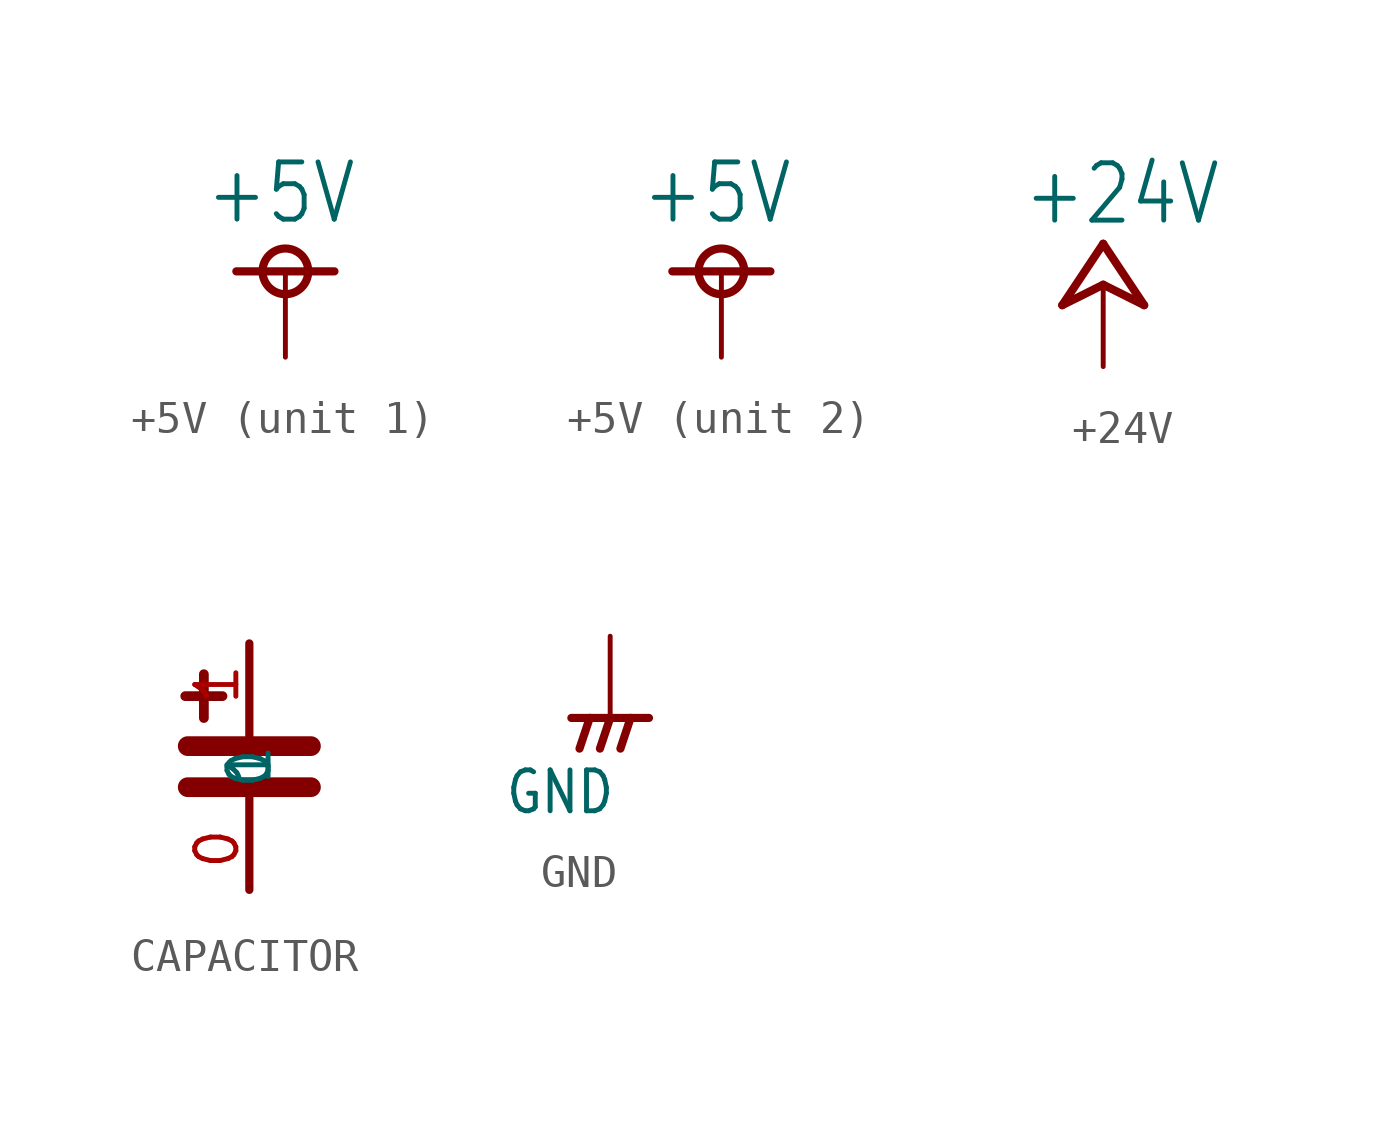
<source format=kicad_sym>
(kicad_symbol_lib
  (version 20211014)
  (generator kicad_symbol_editor)
  (symbol "+5V"
    (property "Reference" ""
      (at 0 0 0)
      (effects (font (size 1.27 1.27)) hide))
    (property "Value" "+5V"
      (at -2.54 1.524 0)
      (effects (font (size 1.778 1.511)) (justify left bottom)))
    (property "ki_locked" ""
      (at 0 0 0)
      (effects (font (size 1.27 1.27))))
    (symbol "+5V_1_0"
      (polyline (pts (xy -1.524 0.127) (xy 1.524 0.127)) (stroke (width 0.254) (type default) (color 0 0 0 0)) (fill (type none)))
      (circle (center 0 0.127) (radius 0.71) (stroke (width 0.254) (type default) (color 0 0 0 0)) (fill (type none)))
      (pin power_in line (at 0 -2.54 90) (length 2.54) (name "+5V" (effects (font (size 0 0)))) (number "1" (effects (font (size 0 0))))))
    (symbol "+5V_2_0"
      (polyline (pts (xy -1.524 0.127) (xy 1.524 0.127)) (stroke (width 0.254) (type default) (color 0 0 0 0)) (fill (type none)))
      (circle (center 0 0.127) (radius 0.71) (stroke (width 0.254) (type default) (color 0 0 0 0)) (fill (type none)))
      (pin power_in line (at 0 -2.54 90) (length 2.54) (name "+5V" (effects (font (size 0 0)))) (number "1" (effects (font (size 0 0)))))))
  (symbol "+24V"
    (power)
    (property "Reference" ""
      (at 0 0 0)
      (effects (font (size 1.27 1.27)) hide))
    (property "Value" "+24V"
      (at -2.54 1.778 0)
      (effects (font (size 1.778 1.511)) (justify left bottom)))
    (property "ki_locked" ""
      (at 0 0 0)
      (effects (font (size 1.27 1.27))))
    (symbol "+24V_1_0"
      (polyline (pts (xy 0 0) (xy -1.27 -0.635)) (stroke (width 0.254) (type default) (color 0 0 0 0)) (fill (type none)))
      (polyline (pts (xy 0 1.27) (xy -1.27 -0.635)) (stroke (width 0.254) (type default) (color 0 0 0 0)) (fill (type none)))
      (polyline (pts (xy 1.27 -0.635) (xy 0 0)) (stroke (width 0.254) (type default) (color 0 0 0 0)) (fill (type none)))
      (polyline (pts (xy 1.27 -0.635) (xy 0 1.27)) (stroke (width 0.254) (type default) (color 0 0 0 0)) (fill (type none)))
      (pin power_in line (at 0 -2.54 90) (length 2.54) (name "+24V" (effects (font (size 0 0)))) (number "1" (effects (font (size 0 0)))))))
  (symbol "CAPACITOR"
    (property "Reference" "CAPACITOR3300"
      (at 0 0 0)
      (effects (font (size 1.27 1.27)) hide))
    (property "ki_locked" ""
      (at 0 0 0)
      (effects (font (size 1.27 1.27))))
    (symbol "CAPACITOR_1_0"
      (polyline (pts (xy -1.905 3.175) (xy 1.905 3.175)) (stroke (width 0.61) (type default) (color 0 0 0 0)) (fill (type none)))
      (polyline (pts (xy -1.905 4.445) (xy 1.905 4.445)) (stroke (width 0.61) (type default) (color 0 0 0 0)) (fill (type none)))
      (polyline (pts (xy 0 3.175) (xy 0 0)) (stroke (width 0.254) (type default) (color 0 0 0 0)) (fill (type none)))
      (polyline (pts (xy 0 4.445) (xy 0 7.62)) (stroke (width 0.254) (type default) (color 0 0 0 0)) (fill (type none)))
      (text "+" (at -2.54 5.08 0) (effects (font (size 1.778 1.511) (thickness 0.302) bold) (justify left bottom)))
      (pin bidirectional line (at 0 0 90) (length 2.54) (name "0" (effects (font (size 1.27 1.27)))) (number "0" (effects (font (size 1.27 1.27)))))
      (pin bidirectional line (at 0 7.62 270) (length 2.54) (name "1" (effects (font (size 1.27 1.27)))) (number "1" (effects (font (size 1.27 1.27)))))))
  (symbol "GND"
    (power)
    (property "Reference" ""
      (at 0 0 0)
      (effects (font (size 1.27 1.27)) hide))
    (property "Value" "GND"
      (at -3.302 -3.048 0)
      (effects (font (size 1.27 1.079)) (justify left bottom)))
    (property "ki_locked" ""
      (at 0 0 0)
      (effects (font (size 1.27 1.27))))
    (symbol "GND_1_0"
      (polyline (pts (xy -1.206 0) (xy -0.635 0)) (stroke (width 0.254) (type default) (color 0 0 0 0)) (fill (type none)))
      (polyline (pts (xy -0.635 0) (xy -0.953 -0.953)) (stroke (width 0.254) (type default) (color 0 0 0 0)) (fill (type none)))
      (polyline (pts (xy -0.635 0) (xy 0 0)) (stroke (width 0.254) (type default) (color 0 0 0 0)) (fill (type none)))
      (polyline (pts (xy 0 0) (xy -0.318 -0.953)) (stroke (width 0.254) (type default) (color 0 0 0 0)) (fill (type none)))
      (polyline (pts (xy 0 0) (xy 0.635 0)) (stroke (width 0.254) (type default) (color 0 0 0 0)) (fill (type none)))
      (polyline (pts (xy 0.635 0) (xy 0.318 -0.953)) (stroke (width 0.254) (type default) (color 0 0 0 0)) (fill (type none)))
      (polyline (pts (xy 0.635 0) (xy 1.206 0)) (stroke (width 0.254) (type default) (color 0 0 0 0)) (fill (type none)))
      (pin power_in line (at 0 2.54 270) (length 2.54) (name "GND" (effects (font (size 0 0)))) (number "1" (effects (font (size 0 0))))))))
</source>
